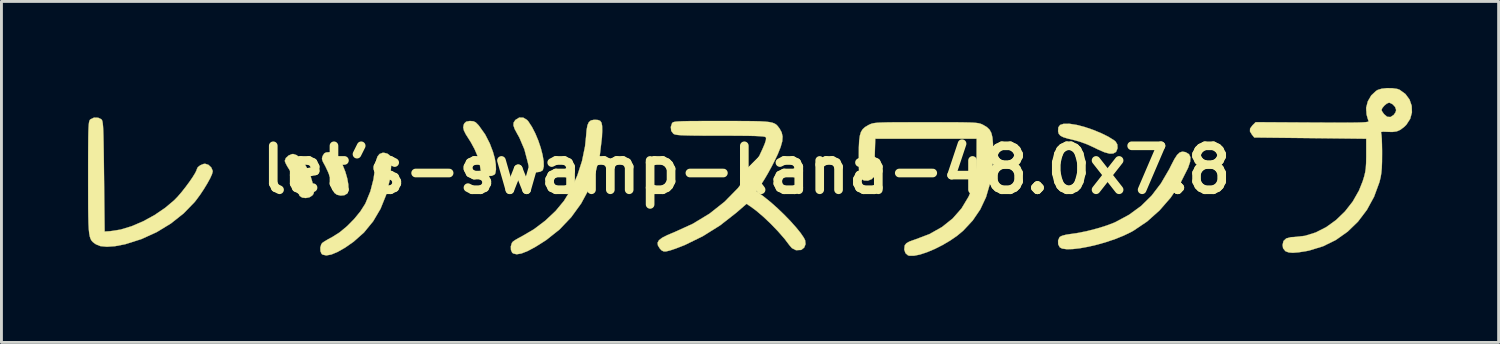
<source format=kicad_pcb>
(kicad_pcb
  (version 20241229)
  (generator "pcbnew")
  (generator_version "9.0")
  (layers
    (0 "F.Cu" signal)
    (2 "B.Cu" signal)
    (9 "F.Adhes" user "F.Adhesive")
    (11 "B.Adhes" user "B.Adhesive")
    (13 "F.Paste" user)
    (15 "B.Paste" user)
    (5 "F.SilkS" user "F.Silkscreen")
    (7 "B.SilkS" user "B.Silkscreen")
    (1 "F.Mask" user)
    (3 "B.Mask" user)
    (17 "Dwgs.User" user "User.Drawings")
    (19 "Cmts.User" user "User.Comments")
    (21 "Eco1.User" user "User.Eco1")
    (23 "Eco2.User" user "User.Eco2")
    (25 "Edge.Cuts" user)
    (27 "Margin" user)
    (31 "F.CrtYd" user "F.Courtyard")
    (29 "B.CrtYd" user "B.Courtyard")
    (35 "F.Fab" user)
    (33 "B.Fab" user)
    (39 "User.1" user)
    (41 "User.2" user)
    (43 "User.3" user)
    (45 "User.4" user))
  (footprint "let's-swamp-kana-48.0x7.8"
    (layer "F.Cu")
    (at 22.823 2.838)
    (property "Reference" "let's-swamp-kana-48.0x7.8" (at 0 0 0) (layer "F.SilkS") (effects (font (size 1.524 1.524) (thickness 0.3))))
    (attr through_hole)
    (fp_poly (pts (xy -7.737 -1.811) (xy -7.607 -1.733) (xy -7.561 -1.682) (xy -7.435 -1.49) (xy -7.318 -1.262) (xy -7.214 -1.014) (xy -7.129 -0.761) (xy -7.066 -0.518) (xy -7.029 -0.3) (xy -7.024 -0.123) (xy -7.055 -0.001) (xy -7.068 0.019) (xy -7.15 0.065) (xy -7.273 0.083) (xy -7.396 0.072) (xy -7.483 0.032) (xy -7.488 0.027) (xy -7.522 -0.045) (xy -7.558 -0.169) (xy -7.58 -0.269) (xy -7.696 -0.71) (xy -7.871 -1.12) (xy -7.939 -1.241) (xy -8.033 -1.415) (xy -8.076 -1.541) (xy -8.07 -1.637) (xy -8.016 -1.72) (xy -8.001 -1.736) (xy -7.874 -1.813) (xy -7.737 -1.811)) (stroke (width 0.01) (type solid)) (fill yes) (layer "F.SilkS"))
    (fp_poly (pts (xy 11.216 -1.595) (xy 11.454 -1.557) (xy 11.728 -1.485) (xy 12.015 -1.387) (xy 12.293 -1.273) (xy 12.541 -1.151) (xy 12.737 -1.03) (xy 12.795 -0.983) (xy 12.856 -0.881) (xy 12.864 -0.751) (xy 12.819 -0.636) (xy 12.803 -0.617) (xy 12.711 -0.566) (xy 12.582 -0.564) (xy 12.406 -0.612) (xy 12.175 -0.713) (xy 12.083 -0.759) (xy 11.815 -0.883) (xy 11.543 -0.982) (xy 11.363 -1.031) (xy 11.137 -1.085) (xy 10.98 -1.134) (xy 10.882 -1.186) (xy 10.827 -1.248) (xy 10.805 -1.328) (xy 10.803 -1.34) (xy 10.811 -1.473) (xy 10.872 -1.556) (xy 10.994 -1.596) (xy 11.184 -1.598) (xy 11.216 -1.595)) (stroke (width 0.01) (type solid)) (fill yes) (layer "F.SilkS"))
    (fp_poly (pts (xy -14.331 -0.61) (xy -14.26 -0.587) (xy -14.201 -0.529) (xy -14.129 -0.419) (xy -14.107 -0.381) (xy -13.994 -0.163) (xy -13.902 0.069) (xy -13.836 0.299) (xy -13.799 0.509) (xy -13.795 0.683) (xy -13.827 0.804) (xy -13.839 0.821) (xy -13.935 0.878) (xy -14.065 0.891) (xy -14.194 0.862) (xy -14.285 0.795) (xy -14.337 0.68) (xy -14.351 0.59) (xy -14.371 0.455) (xy -14.424 0.274) (xy -14.502 0.073) (xy -14.594 -0.123) (xy -14.625 -0.179) (xy -14.689 -0.3) (xy -14.713 -0.381) (xy -14.701 -0.451) (xy -14.681 -0.496) (xy -14.634 -0.571) (xy -14.567 -0.605) (xy -14.45 -0.614) (xy -14.436 -0.614) (xy -14.331 -0.61)) (stroke (width 0.01) (type solid)) (fill yes) (layer "F.SilkS"))
    (fp_poly (pts (xy -9.462 -1.684) (xy -9.381 -1.644) (xy -9.294 -1.557) (xy -9.259 -1.513) (xy -9.056 -1.227) (xy -8.896 -0.915) (xy -8.787 -0.628) (xy -8.724 -0.403) (xy -8.688 -0.192) (xy -8.681 -0.013) (xy -8.702 0.116) (xy -8.729 0.161) (xy -8.827 0.207) (xy -8.958 0.212) (xy -9.085 0.178) (xy -9.163 0.118) (xy -9.214 0.002) (xy -9.229 -0.095) (xy -9.253 -0.268) (xy -9.322 -0.485) (xy -9.425 -0.723) (xy -9.554 -0.961) (xy -9.613 -1.054) (xy -9.728 -1.235) (xy -9.794 -1.368) (xy -9.816 -1.471) (xy -9.801 -1.56) (xy -9.778 -1.611) (xy -9.714 -1.671) (xy -9.596 -1.693) (xy -9.569 -1.693) (xy -9.462 -1.684)) (stroke (width 0.01) (type solid)) (fill yes) (layer "F.SilkS"))
    (fp_poly (pts (xy -15.59 -0.511) (xy -15.462 -0.403) (xy -15.334 -0.24) (xy -15.215 -0.035) (xy -15.114 0.196) (xy -15.04 0.442) (xy -15.023 0.523) (xy -14.998 0.676) (xy -14.992 0.772) (xy -15.008 0.834) (xy -15.049 0.888) (xy -15.049 0.888) (xy -15.149 0.952) (xy -15.276 0.976) (xy -15.398 0.961) (xy -15.484 0.905) (xy -15.493 0.892) (xy -15.529 0.799) (xy -15.536 0.751) (xy -15.559 0.613) (xy -15.619 0.431) (xy -15.705 0.234) (xy -15.808 0.048) (xy -15.833 0.01) (xy -15.917 -0.125) (xy -15.977 -0.24) (xy -16.002 -0.31) (xy -16.002 -0.312) (xy -15.965 -0.411) (xy -15.872 -0.497) (xy -15.754 -0.546) (xy -15.71 -0.55) (xy -15.59 -0.511)) (stroke (width 0.01) (type solid)) (fill yes) (layer "F.SilkS"))
    (fp_poly (pts (xy -12.448 -0.564) (xy -12.352 -0.492) (xy -12.314 -0.41) (xy -12.31 -0.287) (xy -12.317 -0.11) (xy -12.332 0.088) (xy -12.354 0.278) (xy -12.366 0.36) (xy -12.489 0.869) (xy -12.682 1.347) (xy -12.94 1.784) (xy -13.257 2.171) (xy -13.616 2.49) (xy -13.908 2.694) (xy -14.167 2.842) (xy -14.387 2.934) (xy -14.564 2.966) (xy -14.691 2.937) (xy -14.724 2.913) (xy -14.766 2.819) (xy -14.77 2.694) (xy -14.736 2.578) (xy -14.7 2.531) (xy -14.626 2.48) (xy -14.503 2.407) (xy -14.356 2.328) (xy -14.351 2.325) (xy -14.103 2.168) (xy -13.845 1.954) (xy -13.598 1.705) (xy -13.383 1.442) (xy -13.22 1.187) (xy -13.198 1.143) (xy -13.034 0.742) (xy -12.926 0.322) (xy -12.871 -0.075) (xy -12.839 -0.304) (xy -12.79 -0.46) (xy -12.717 -0.551) (xy -12.615 -0.59) (xy -12.569 -0.593) (xy -12.448 -0.564)) (stroke (width 0.01) (type solid)) (fill yes) (layer "F.SilkS"))
    (fp_poly (pts (xy -5.145 -1.729) (xy -5.07 -1.7) (xy -5.024 -1.636) (xy -5.002 -1.525) (xy -4.999 -1.353) (xy -5.008 -1.131) (xy -5.081 -0.514) (xy -5.228 0.079) (xy -5.445 0.641) (xy -5.728 1.164) (xy -6.074 1.641) (xy -6.477 2.065) (xy -6.935 2.429) (xy -6.99 2.465) (xy -7.314 2.669) (xy -7.583 2.813) (xy -7.798 2.898) (xy -7.964 2.926) (xy -8.083 2.898) (xy -8.12 2.87) (xy -8.162 2.777) (xy -8.166 2.651) (xy -8.132 2.535) (xy -8.096 2.488) (xy -8.019 2.434) (xy -7.895 2.362) (xy -7.789 2.306) (xy -7.37 2.061) (xy -6.971 1.76) (xy -6.612 1.422) (xy -6.323 1.073) (xy -6.071 0.661) (xy -5.861 0.194) (xy -5.699 -0.306) (xy -5.594 -0.816) (xy -5.56 -1.143) (xy -5.54 -1.383) (xy -5.509 -1.55) (xy -5.461 -1.656) (xy -5.39 -1.714) (xy -5.289 -1.735) (xy -5.254 -1.736) (xy -5.145 -1.729)) (stroke (width 0.01) (type solid)) (fill yes) (layer "F.SilkS"))
    (fp_poly (pts (xy 15.213 -0.616) (xy 15.23 -0.61) (xy 15.341 -0.543) (xy 15.391 -0.436) (xy 15.38 -0.282) (xy 15.31 -0.074) (xy 15.306 -0.065) (xy 15.038 0.467) (xy 14.707 0.96) (xy 14.321 1.403) (xy 13.889 1.789) (xy 13.42 2.105) (xy 13.328 2.157) (xy 13.07 2.281) (xy 12.782 2.397) (xy 12.476 2.5) (xy 12.164 2.59) (xy 11.858 2.662) (xy 11.571 2.715) (xy 11.314 2.745) (xy 11.101 2.75) (xy 10.943 2.728) (xy 10.862 2.685) (xy 10.806 2.578) (xy 10.803 2.448) (xy 10.852 2.336) (xy 10.869 2.319) (xy 10.949 2.281) (xy 11.086 2.246) (xy 11.239 2.223) (xy 11.518 2.182) (xy 11.837 2.115) (xy 12.167 2.029) (xy 12.478 1.932) (xy 12.74 1.833) (xy 12.793 1.809) (xy 13.265 1.555) (xy 13.68 1.252) (xy 14.045 0.893) (xy 14.368 0.47) (xy 14.656 -0.023) (xy 14.721 -0.154) (xy 14.834 -0.372) (xy 14.929 -0.519) (xy 15.018 -0.602) (xy 15.11 -0.632) (xy 15.213 -0.616)) (stroke (width 0.01) (type solid)) (fill yes) (layer "F.SilkS"))
    (fp_poly (pts (xy -22.471 -1.807) (xy -22.371 -1.76) (xy -22.351 -1.743) (xy -22.335 -1.717) (xy -22.322 -1.674) (xy -22.311 -1.608) (xy -22.302 -1.511) (xy -22.294 -1.375) (xy -22.288 -1.193) (xy -22.283 -0.957) (xy -22.278 -0.661) (xy -22.273 -0.295) (xy -22.268 0.146) (xy -22.267 0.219) (xy -22.246 2.138) (xy -22.056 2.126) (xy -21.698 2.071) (xy -21.311 1.954) (xy -20.911 1.783) (xy -20.516 1.567) (xy -20.144 1.313) (xy -19.838 1.056) (xy -19.718 0.933) (xy -19.583 0.776) (xy -19.443 0.599) (xy -19.309 0.418) (xy -19.193 0.249) (xy -19.105 0.105) (xy -19.056 0.003) (xy -19.05 -0.026) (xy -19.014 -0.096) (xy -18.926 -0.162) (xy -18.817 -0.205) (xy -18.765 -0.212) (xy -18.648 -0.175) (xy -18.55 -0.083) (xy -18.501 0.033) (xy -18.5 0.055) (xy -18.524 0.148) (xy -18.589 0.292) (xy -18.687 0.47) (xy -18.806 0.666) (xy -18.937 0.863) (xy -19.071 1.045) (xy -19.128 1.117) (xy -19.507 1.508) (xy -19.949 1.858) (xy -20.442 2.158) (xy -20.971 2.399) (xy -21.522 2.574) (xy -21.556 2.582) (xy -21.886 2.645) (xy -22.167 2.665) (xy -22.391 2.643) (xy -22.543 2.583) (xy -22.604 2.542) (xy -22.656 2.501) (xy -22.699 2.454) (xy -22.733 2.393) (xy -22.76 2.311) (xy -22.781 2.199) (xy -22.796 2.051) (xy -22.806 1.859) (xy -22.812 1.616) (xy -22.816 1.314) (xy -22.817 0.945) (xy -22.818 0.503) (xy -22.818 0.272) (xy -22.818 -0.187) (xy -22.817 -0.568) (xy -22.815 -0.879) (xy -22.813 -1.128) (xy -22.809 -1.322) (xy -22.803 -1.469) (xy -22.796 -1.575) (xy -22.786 -1.649) (xy -22.774 -1.698) (xy -22.759 -1.729) (xy -22.741 -1.75) (xy -22.74 -1.75) (xy -22.615 -1.811) (xy -22.471 -1.807)) (stroke (width 0.01) (type solid)) (fill yes) (layer "F.SilkS"))
    (fp_poly (pts (xy 6.661 -1.651) (xy 7.022 -1.65) (xy 7.315 -1.649) (xy 7.549 -1.646) (xy 7.73 -1.642) (xy 7.869 -1.636) (xy 7.973 -1.627) (xy 8.049 -1.616) (xy 8.108 -1.601) (xy 8.156 -1.583) (xy 8.202 -1.561) (xy 8.211 -1.556) (xy 8.337 -1.48) (xy 8.429 -1.391) (xy 8.49 -1.276) (xy 8.528 -1.12) (xy 8.546 -0.907) (xy 8.551 -0.631) (xy 8.525 -0.047) (xy 8.443 0.476) (xy 8.305 0.946) (xy 8.106 1.369) (xy 7.845 1.753) (xy 7.519 2.103) (xy 7.515 2.107) (xy 7.304 2.283) (xy 7.059 2.452) (xy 6.794 2.607) (xy 6.522 2.744) (xy 6.258 2.855) (xy 6.015 2.935) (xy 5.806 2.977) (xy 5.645 2.976) (xy 5.6 2.963) (xy 5.513 2.887) (xy 5.471 2.765) (xy 5.484 2.632) (xy 5.495 2.605) (xy 5.547 2.542) (xy 5.65 2.484) (xy 5.819 2.423) (xy 5.848 2.414) (xy 6.342 2.227) (xy 6.776 1.983) (xy 7.149 1.686) (xy 7.456 1.336) (xy 7.696 0.937) (xy 7.709 0.91) (xy 7.816 0.658) (xy 7.893 0.416) (xy 7.942 0.159) (xy 7.969 -0.135) (xy 7.978 -0.487) (xy 7.98 -1.079) (xy 4.466 -1.079) (xy 4.445 -0.409) (xy 4.436 -0.154) (xy 4.426 0.03) (xy 4.415 0.156) (xy 4.398 0.237) (xy 4.376 0.287) (xy 4.345 0.318) (xy 4.342 0.321) (xy 4.212 0.374) (xy 4.075 0.368) (xy 3.965 0.304) (xy 3.965 0.304) (xy 3.938 0.262) (xy 3.919 0.198) (xy 3.906 0.099) (xy 3.899 -0.05) (xy 3.895 -0.26) (xy 3.895 -0.47) (xy 3.897 -0.776) (xy 3.908 -1.011) (xy 3.932 -1.186) (xy 3.971 -1.316) (xy 4.031 -1.411) (xy 4.114 -1.485) (xy 4.226 -1.551) (xy 4.235 -1.556) (xy 4.282 -1.579) (xy 4.329 -1.598) (xy 4.384 -1.613) (xy 4.457 -1.625) (xy 4.555 -1.635) (xy 4.686 -1.641) (xy 4.859 -1.646) (xy 5.081 -1.649) (xy 5.362 -1.65) (xy 5.71 -1.651) (xy 6.132 -1.651) (xy 6.223 -1.651) (xy 6.661 -1.651)) (stroke (width 0.01) (type solid)) (fill yes) (layer "F.SilkS"))
    (fp_poly (pts (xy -0.424 -1.693) (xy -0.06 -1.692) (xy 0.236 -1.689) (xy 0.472 -1.683) (xy 0.655 -1.672) (xy 0.795 -1.657) (xy 0.9 -1.635) (xy 0.977 -1.605) (xy 1.035 -1.568) (xy 1.082 -1.52) (xy 1.126 -1.462) (xy 1.149 -1.431) (xy 1.221 -1.3) (xy 1.253 -1.158) (xy 1.242 -0.993) (xy 1.186 -0.792) (xy 1.085 -0.542) (xy 0.986 -0.335) (xy 0.872 -0.112) (xy 0.75 0.111) (xy 0.634 0.309) (xy 0.54 0.457) (xy 0.536 0.462) (xy 0.345 0.734) (xy 0.621 0.943) (xy 0.844 1.123) (xy 1.077 1.33) (xy 1.309 1.553) (xy 1.527 1.778) (xy 1.721 1.995) (xy 1.88 2.191) (xy 1.991 2.354) (xy 2.035 2.441) (xy 2.049 2.575) (xy 2.002 2.694) (xy 1.907 2.77) (xy 1.885 2.776) (xy 1.718 2.784) (xy 1.578 2.713) (xy 1.493 2.615) (xy 1.319 2.386) (xy 1.097 2.132) (xy 0.847 1.872) (xy 0.588 1.626) (xy 0.34 1.415) (xy 0.161 1.282) (xy 0.004 1.177) (xy -0.347 1.482) (xy -0.912 1.924) (xy -1.515 2.301) (xy -2.141 2.607) (xy -2.447 2.726) (xy -2.643 2.792) (xy -2.778 2.825) (xy -2.871 2.825) (xy -2.94 2.792) (xy -3.002 2.726) (xy -3.003 2.725) (xy -3.068 2.619) (xy -3.08 2.526) (xy -3.032 2.439) (xy -2.919 2.352) (xy -2.736 2.259) (xy -2.498 2.16) (xy -1.859 1.869) (xy -1.278 1.517) (xy -0.756 1.104) (xy -0.294 0.633) (xy 0.107 0.102) (xy 0.446 -0.485) (xy 0.555 -0.718) (xy 0.635 -0.906) (xy 0.675 -1.031) (xy 0.681 -1.106) (xy 0.67 -1.131) (xy 0.64 -1.146) (xy 0.573 -1.158) (xy 0.461 -1.167) (xy 0.298 -1.175) (xy 0.077 -1.18) (xy -0.209 -1.183) (xy -0.568 -1.185) (xy -0.906 -1.185) (xy -1.314 -1.186) (xy -1.647 -1.187) (xy -1.911 -1.19) (xy -2.116 -1.195) (xy -2.269 -1.201) (xy -2.379 -1.21) (xy -2.455 -1.222) (xy -2.505 -1.237) (xy -2.531 -1.251) (xy -2.607 -1.352) (xy -2.621 -1.487) (xy -2.581 -1.611) (xy -2.567 -1.632) (xy -2.544 -1.649) (xy -2.503 -1.662) (xy -2.438 -1.673) (xy -2.339 -1.68) (xy -2.2 -1.686) (xy -2.011 -1.69) (xy -1.766 -1.692) (xy -1.455 -1.693) (xy -1.072 -1.693) (xy -0.864 -1.693) (xy -0.424 -1.693)) (stroke (width 0.01) (type solid)) (fill yes) (layer "F.SilkS"))
    (fp_poly (pts (xy 22.391 -2.83) (xy 22.558 -2.806) (xy 22.64 -2.777) (xy 22.844 -2.628) (xy 22.985 -2.437) (xy 23.06 -2.22) (xy 23.068 -1.992) (xy 23.007 -1.768) (xy 22.875 -1.564) (xy 22.802 -1.492) (xy 22.671 -1.392) (xy 22.544 -1.335) (xy 22.391 -1.314) (xy 22.205 -1.319) (xy 22.072 -1.324) (xy 22.007 -1.315) (xy 21.995 -1.288) (xy 22.002 -1.27) (xy 22.013 -1.207) (xy 22.023 -1.076) (xy 22.029 -0.893) (xy 22.033 -0.674) (xy 22.033 -0.55) (xy 22.031 -0.275) (xy 22.023 -0.064) (xy 22.008 0.104) (xy 21.984 0.251) (xy 21.949 0.396) (xy 21.938 0.436) (xy 21.755 0.933) (xy 21.507 1.387) (xy 21.2 1.792) (xy 20.84 2.141) (xy 20.434 2.428) (xy 19.988 2.648) (xy 19.509 2.795) (xy 19.391 2.819) (xy 19.133 2.859) (xy 18.941 2.874) (xy 18.802 2.863) (xy 18.701 2.827) (xy 18.678 2.813) (xy 18.602 2.718) (xy 18.584 2.603) (xy 18.616 2.466) (xy 18.712 2.376) (xy 18.876 2.333) (xy 18.979 2.328) (xy 19.357 2.287) (xy 19.733 2.17) (xy 20.097 1.985) (xy 20.438 1.739) (xy 20.748 1.44) (xy 21.016 1.097) (xy 21.232 0.718) (xy 21.361 0.396) (xy 21.413 0.227) (xy 21.448 0.083) (xy 21.469 -0.061) (xy 21.48 -0.232) (xy 21.484 -0.454) (xy 21.484 -0.529) (xy 21.484 -1.079) (xy 19.544 -1.101) (xy 17.603 -1.122) (xy 17.522 -1.222) (xy 17.454 -1.334) (xy 17.458 -1.431) (xy 17.536 -1.538) (xy 17.546 -1.548) (xy 17.651 -1.653) (xy 19.621 -1.641) (xy 20.084 -1.639) (xy 20.469 -1.637) (xy 20.783 -1.637) (xy 21.033 -1.639) (xy 21.225 -1.642) (xy 21.367 -1.647) (xy 21.465 -1.654) (xy 21.527 -1.663) (xy 21.558 -1.674) (xy 21.565 -1.688) (xy 21.564 -1.693) (xy 21.536 -1.774) (xy 21.503 -1.894) (xy 21.495 -1.926) (xy 21.486 -2.074) (xy 22.013 -2.074) (xy 22.037 -2.023) (xy 22.095 -1.94) (xy 22.101 -1.932) (xy 22.21 -1.84) (xy 22.324 -1.832) (xy 22.437 -1.905) (xy 22.5 -1.997) (xy 22.521 -2.074) (xy 22.486 -2.179) (xy 22.401 -2.273) (xy 22.298 -2.325) (xy 22.27 -2.328) (xy 22.196 -2.297) (xy 22.108 -2.224) (xy 22.038 -2.137) (xy 22.013 -2.074) (xy 21.486 -2.074) (xy 21.481 -2.151) (xy 21.539 -2.375) (xy 21.656 -2.578) (xy 21.824 -2.736) (xy 21.889 -2.774) (xy 22.022 -2.814) (xy 22.201 -2.833) (xy 22.391 -2.83)) (stroke (width 0.01) (type solid)) (fill yes) (layer "F.SilkS")))
  (gr_rect
    (start -3 -3)
    (end 48.896 8.82)
    (stroke (width 0.1) (type default))
    (fill no)
    (layer "Edge.Cuts")))
</source>
